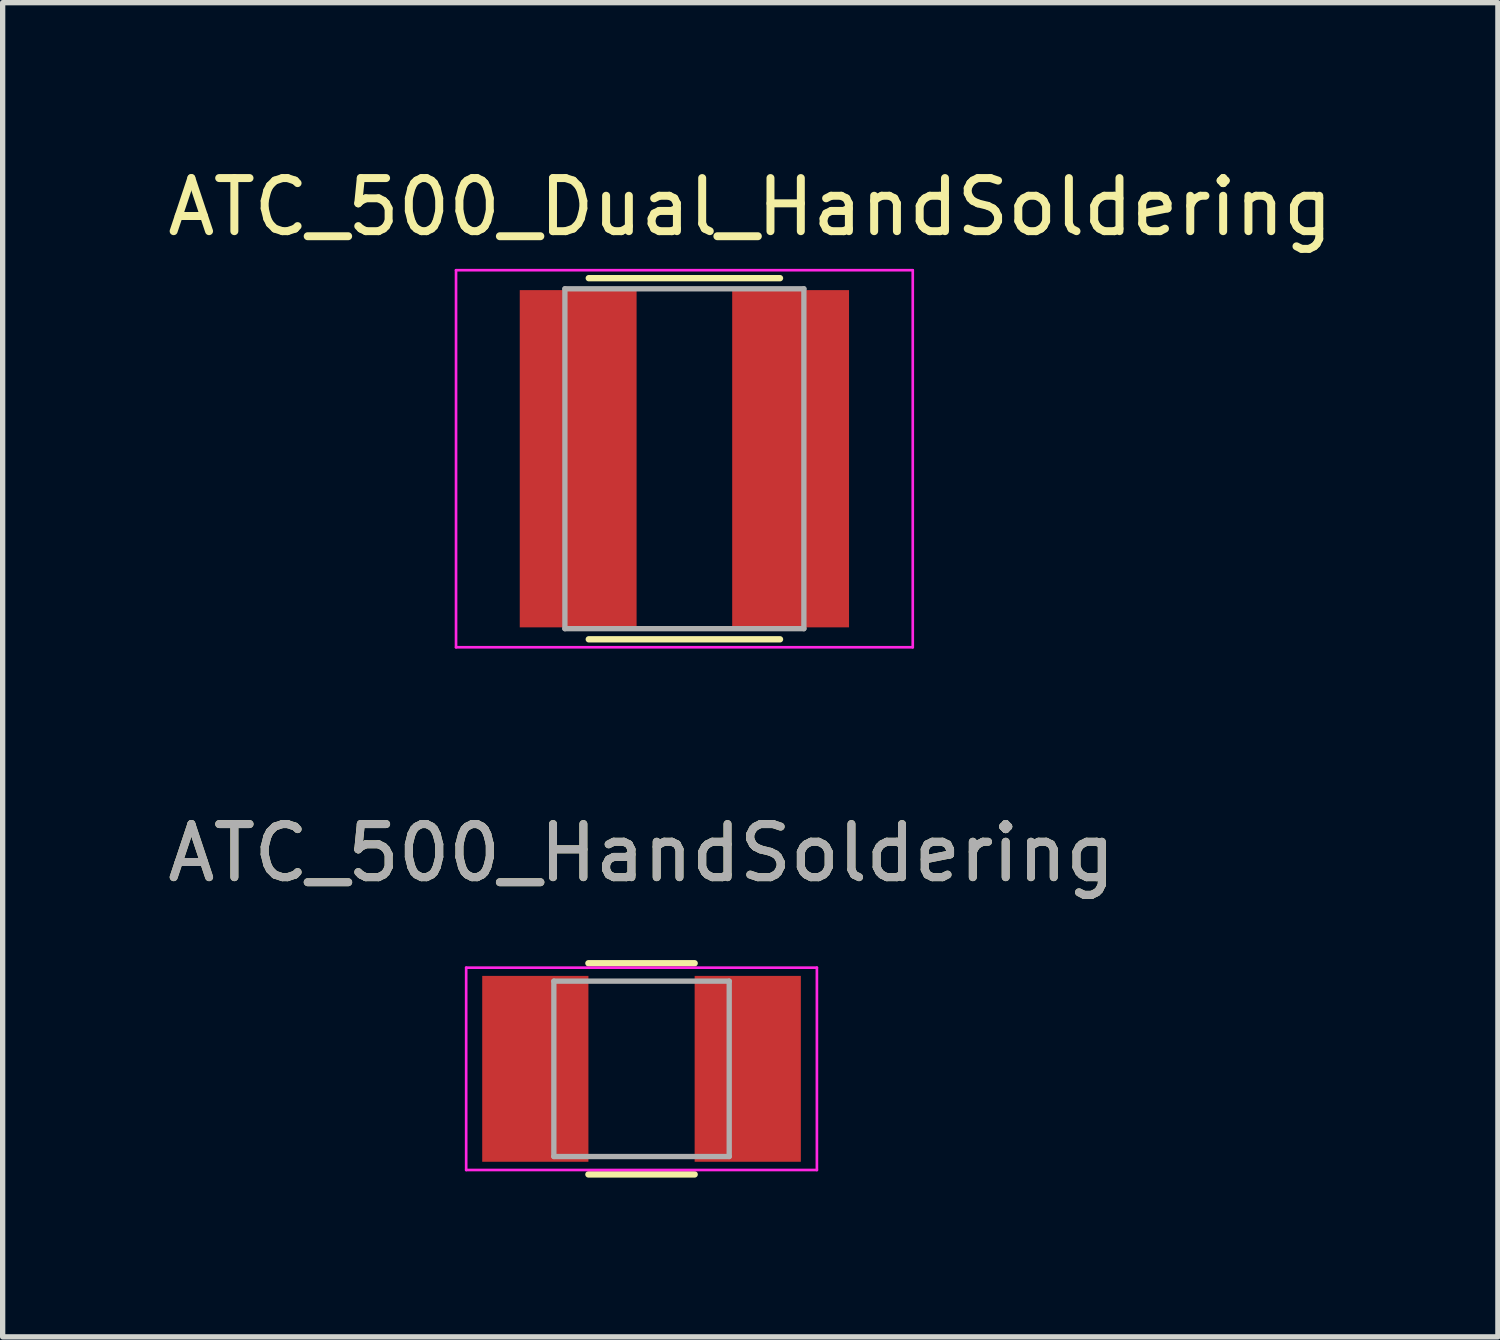
<source format=kicad_pcb>
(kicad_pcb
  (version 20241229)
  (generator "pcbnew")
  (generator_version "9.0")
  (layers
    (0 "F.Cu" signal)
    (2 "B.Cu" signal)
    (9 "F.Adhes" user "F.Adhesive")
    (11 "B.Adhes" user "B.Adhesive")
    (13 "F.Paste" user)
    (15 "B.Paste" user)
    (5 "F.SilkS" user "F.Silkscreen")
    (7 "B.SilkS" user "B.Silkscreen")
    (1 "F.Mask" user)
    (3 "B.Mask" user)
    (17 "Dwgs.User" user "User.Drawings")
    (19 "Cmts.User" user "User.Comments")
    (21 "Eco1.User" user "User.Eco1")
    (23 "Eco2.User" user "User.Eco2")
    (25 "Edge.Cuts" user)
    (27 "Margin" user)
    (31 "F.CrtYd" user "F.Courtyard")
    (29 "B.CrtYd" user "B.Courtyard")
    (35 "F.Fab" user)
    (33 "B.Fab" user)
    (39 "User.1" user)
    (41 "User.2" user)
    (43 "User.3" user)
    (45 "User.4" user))
  (footprint "ATC_500_HandSoldering"
    (layer "F.Cu")
    (at 9.03 17.076)
    (property "Reference" "ATC_500_HandSoldering" (at 0 -4.064 0) (layer "F.SilkS") (effects (font (size 1 1) (thickness 0.15))))
    (attr smd)
    (fp_line (start -1 1.988) (end 1 1.988) (stroke (width 0.12) (type solid)) (layer "F.SilkS"))
    (fp_line (start 1 -1.988) (end -1 -1.988) (stroke (width 0.12) (type solid)) (layer "F.SilkS"))
    (fp_line (start -3.302 1.905) (end -3.302 -1.905) (stroke (width 0.05) (type solid)) (layer "F.CrtYd"))
    (fp_line (start 3.302 -1.905) (end -3.302 -1.905) (stroke (width 0.05) (type solid)) (layer "F.CrtYd"))
    (fp_line (start 3.302 -1.905) (end 3.302 1.905) (stroke (width 0.05) (type solid)) (layer "F.CrtYd"))
    (fp_line (start 3.302 1.905) (end -3.302 1.905) (stroke (width 0.05) (type solid)) (layer "F.CrtYd"))
    (fp_line (start -1.651 -1.651) (end 1.651 -1.651) (stroke (width 0.1) (type solid)) (layer "F.Fab"))
    (fp_line (start -1.651 1.651) (end -1.651 -1.651) (stroke (width 0.1) (type solid)) (layer "F.Fab"))
    (fp_line (start 1.651 -1.651) (end 1.651 1.651) (stroke (width 0.1) (type solid)) (layer "F.Fab"))
    (fp_line (start 1.651 1.651) (end -1.651 1.651) (stroke (width 0.1) (type solid)) (layer "F.Fab"))
    (fp_text user "${REFERENCE}" (at 0 -4.064 0) (layer "F.Fab") (effects (font (size 1 1) (thickness 0.15))))
    (pad "1" smd rect (at -2 0) (size 2 3.5) (layers "F.Cu" "F.Mask" "F.Paste"))
    (pad "2" smd rect (at 2 0) (size 2 3.5) (layers "F.Cu" "F.Mask" "F.Paste")))
  (footprint "ATC_500_Dual_HandSoldering"
    (layer "F.Cu")
    (at 9.837 5.588)
    (property "Reference" "ATC_500_Dual_HandSoldering" (at 1.24 -4.74 0) (layer "F.SilkS") (effects (font (size 1 1) (thickness 0.15))))
    (attr smd)
    (fp_line (start -1.8 3.4) (end 1.8 3.4) (stroke (width 0.12) (type solid)) (layer "F.SilkS"))
    (fp_line (start 1.8 -3.4) (end -1.8 -3.4) (stroke (width 0.12) (type solid)) (layer "F.SilkS"))
    (fp_line (start -4.3 -3.55) (end -4.3 3.55) (stroke (width 0.05) (type solid)) (layer "F.CrtYd"))
    (fp_line (start -4.3 -3.55) (end 4.3 -3.55) (stroke (width 0.05) (type solid)) (layer "F.CrtYd"))
    (fp_line (start -4.3 3.55) (end 4.3 3.55) (stroke (width 0.05) (type solid)) (layer "F.CrtYd"))
    (fp_line (start 4.3 -3.55) (end 4.3 3.55) (stroke (width 0.05) (type solid)) (layer "F.CrtYd"))
    (fp_line (start -2.25 -3.2) (end 2.25 -3.2) (stroke (width 0.1) (type solid)) (layer "F.Fab"))
    (fp_line (start -2.25 3.2) (end -2.25 -3.2) (stroke (width 0.1) (type solid)) (layer "F.Fab"))
    (fp_line (start 2.25 -3.2) (end 2.25 3.2) (stroke (width 0.1) (type solid)) (layer "F.Fab"))
    (fp_line (start 2.25 3.2) (end -2.25 3.2) (stroke (width 0.1) (type solid)) (layer "F.Fab"))
    (pad "1" smd rect (at -2 0) (size 2.2 6.35) (layers "F.Cu" "F.Mask" "F.Paste"))
    (pad "2" smd rect (at 2 0) (size 2.2 6.35) (layers "F.Cu" "F.Mask" "F.Paste")))
  (gr_rect
    (start -3 -3)
    (end 25.155 22.123)
    (stroke (width 0.1) (type default))
    (fill no)
    (layer "Edge.Cuts")))
</source>
